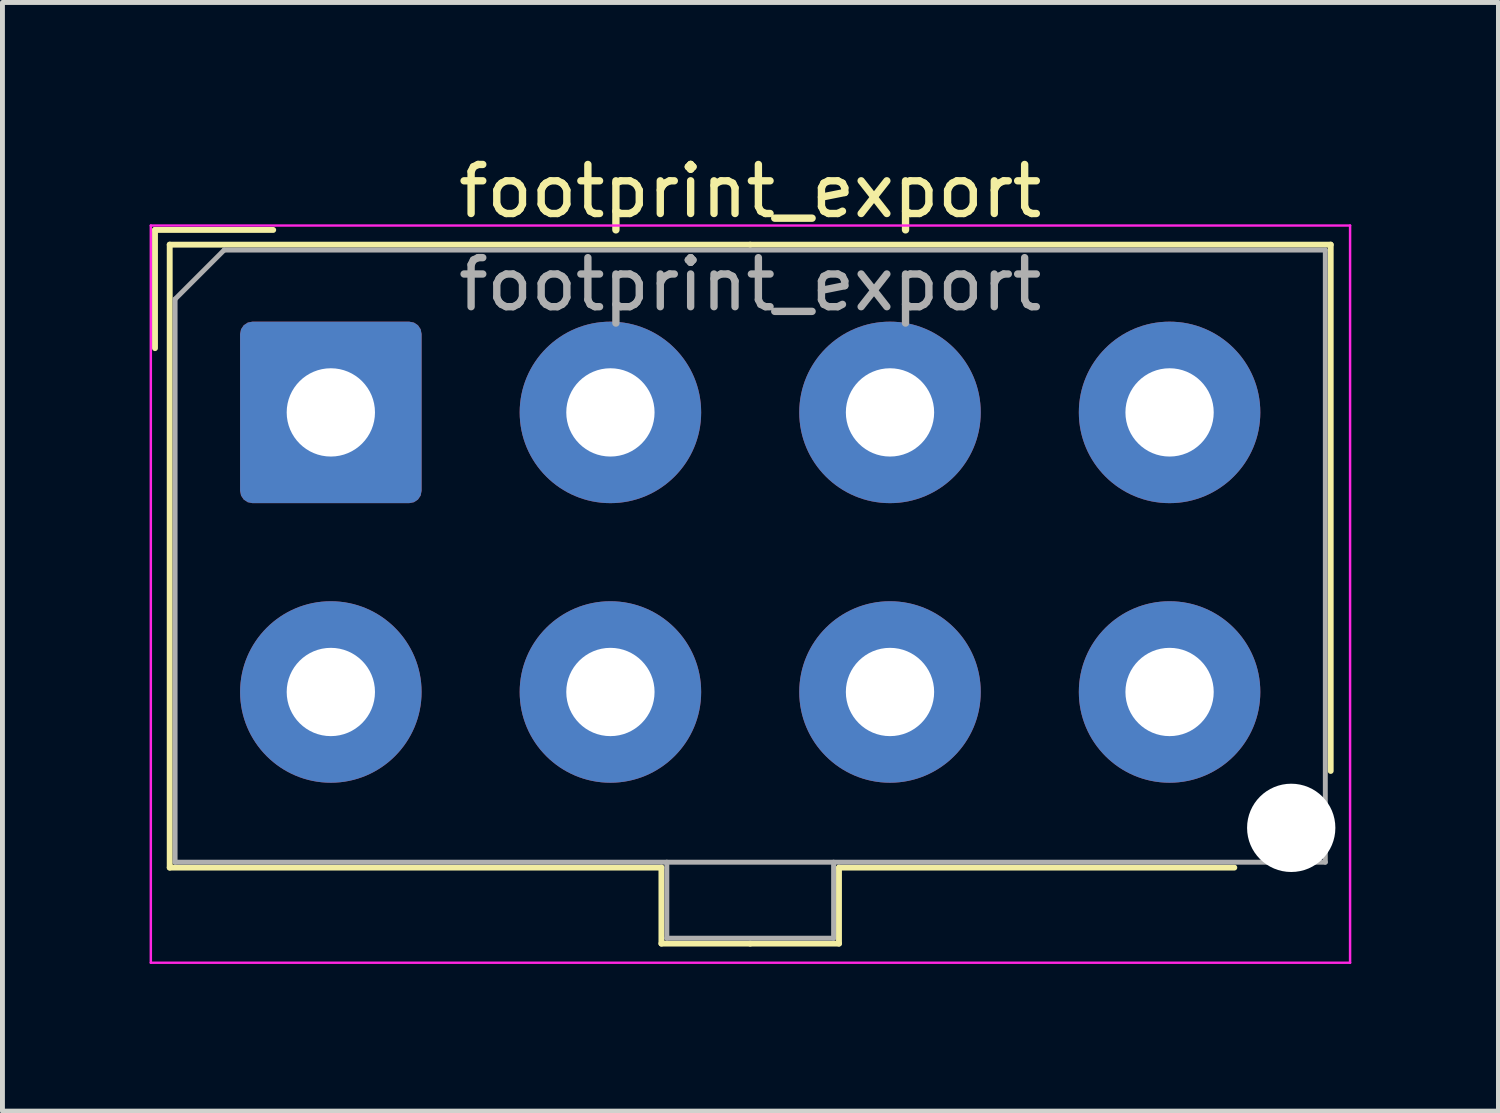
<source format=kicad_pcb>
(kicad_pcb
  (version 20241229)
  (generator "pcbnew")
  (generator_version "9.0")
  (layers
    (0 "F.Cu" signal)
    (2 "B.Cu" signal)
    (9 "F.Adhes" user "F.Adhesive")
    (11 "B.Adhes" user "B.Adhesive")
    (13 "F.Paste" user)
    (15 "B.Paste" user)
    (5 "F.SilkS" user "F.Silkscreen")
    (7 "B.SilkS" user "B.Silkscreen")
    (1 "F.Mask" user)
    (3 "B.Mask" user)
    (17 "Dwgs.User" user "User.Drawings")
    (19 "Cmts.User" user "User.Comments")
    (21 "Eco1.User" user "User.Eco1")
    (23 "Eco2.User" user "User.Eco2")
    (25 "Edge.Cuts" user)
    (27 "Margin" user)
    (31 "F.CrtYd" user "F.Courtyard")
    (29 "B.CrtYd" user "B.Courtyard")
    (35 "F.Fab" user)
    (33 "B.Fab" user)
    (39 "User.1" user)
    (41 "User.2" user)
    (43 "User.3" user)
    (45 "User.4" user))
  (footprint "footprint_export"
    (layer "F.Cu")
    (at 3.695 5.358)
    (property "Reference" "footprint_export" (at 8.55 -4.51 0) (layer "F.SilkS") (effects (font (size 1 1) (thickness 0.15))))
    (attr through_hole)
    (fp_line (start -3.585 -3.72) (end -1.175 -3.72) (stroke (width 0.12) (type solid)) (layer "F.SilkS"))
    (fp_line (start -3.585 -1.31) (end -3.585 -3.72) (stroke (width 0.12) (type solid)) (layer "F.SilkS"))
    (fp_line (start -3.285 -3.42) (end -3.285 9.28) (stroke (width 0.12) (type solid)) (layer "F.SilkS"))
    (fp_line (start -3.285 9.28) (end 6.74 9.28) (stroke (width 0.12) (type solid)) (layer "F.SilkS"))
    (fp_line (start 6.74 9.28) (end 6.74 10.83) (stroke (width 0.12) (type solid)) (layer "F.SilkS"))
    (fp_line (start 6.74 10.83) (end 8.55 10.83) (stroke (width 0.12) (type solid)) (layer "F.SilkS"))
    (fp_line (start 8.55 -3.42) (end -3.285 -3.42) (stroke (width 0.12) (type solid)) (layer "F.SilkS"))
    (fp_line (start 8.55 -3.42) (end 20.385 -3.42) (stroke (width 0.12) (type solid)) (layer "F.SilkS"))
    (fp_line (start 10.36 9.28) (end 10.36 10.83) (stroke (width 0.12) (type solid)) (layer "F.SilkS"))
    (fp_line (start 10.36 10.83) (end 8.55 10.83) (stroke (width 0.12) (type solid)) (layer "F.SilkS"))
    (fp_line (start 18.42 9.28) (end 10.36 9.28) (stroke (width 0.12) (type solid)) (layer "F.SilkS"))
    (fp_line (start 20.385 -3.42) (end 20.385 7.31) (stroke (width 0.12) (type solid)) (layer "F.SilkS"))
    (fp_line (start -3.67 -3.81) (end -3.67 11.22) (stroke (width 0.05) (type solid)) (layer "F.CrtYd"))
    (fp_line (start -3.67 11.22) (end 20.78 11.22) (stroke (width 0.05) (type solid)) (layer "F.CrtYd"))
    (fp_line (start 20.78 -3.81) (end -3.67 -3.81) (stroke (width 0.05) (type solid)) (layer "F.CrtYd"))
    (fp_line (start 20.78 11.22) (end 20.78 -3.81) (stroke (width 0.05) (type solid)) (layer "F.CrtYd"))
    (fp_line (start -3.175 -2.31) (end -3.175 9.17) (stroke (width 0.1) (type solid)) (layer "F.Fab"))
    (fp_line (start -3.175 9.17) (end 20.275 9.17) (stroke (width 0.1) (type solid)) (layer "F.Fab"))
    (fp_line (start -2.175 -3.31) (end -3.175 -2.31) (stroke (width 0.1) (type solid)) (layer "F.Fab"))
    (fp_line (start 6.85 9.17) (end 6.85 10.72) (stroke (width 0.1) (type solid)) (layer "F.Fab"))
    (fp_line (start 6.85 10.72) (end 10.25 10.72) (stroke (width 0.1) (type solid)) (layer "F.Fab"))
    (fp_line (start 10.25 10.72) (end 10.25 9.17) (stroke (width 0.1) (type solid)) (layer "F.Fab"))
    (fp_line (start 20.275 -3.31) (end -2.175 -3.31) (stroke (width 0.1) (type solid)) (layer "F.Fab"))
    (fp_line (start 20.275 9.17) (end 20.275 -3.31) (stroke (width 0.1) (type solid)) (layer "F.Fab"))
    (fp_text user "${REFERENCE}" (at 8.55 -2.61 0) (layer "F.Fab") (effects (font (size 1 1) (thickness 0.15))))
    (pad "" np_thru_hole circle (at 19.58 8.47) (size 1.8 1.8) (drill 1.8) (layers "*.Cu" "*.Mask"))
    (pad "1" thru_hole roundrect (at 0 0) (size 3.7 3.7) (drill 1.8) (layers "*.Cu" "*.Mask") (roundrect_rratio 0.068))
    (pad "2" thru_hole circle (at 5.7 0) (size 3.7 3.7) (drill 1.8) (layers "*.Cu" "*.Mask"))
    (pad "3" thru_hole circle (at 11.4 0) (size 3.7 3.7) (drill 1.8) (layers "*.Cu" "*.Mask"))
    (pad "4" thru_hole circle (at 17.1 0) (size 3.7 3.7) (drill 1.8) (layers "*.Cu" "*.Mask"))
    (pad "5" thru_hole circle (at 0 5.7) (size 3.7 3.7) (drill 1.8) (layers "*.Cu" "*.Mask"))
    (pad "6" thru_hole circle (at 5.7 5.7) (size 3.7 3.7) (drill 1.8) (layers "*.Cu" "*.Mask"))
    (pad "7" thru_hole circle (at 11.4 5.7) (size 3.7 3.7) (drill 1.8) (layers "*.Cu" "*.Mask"))
    (pad "8" thru_hole circle (at 17.1 5.7) (size 3.7 3.7) (drill 1.8) (layers "*.Cu" "*.Mask")))
  (gr_rect
    (start -3 -3)
    (end 27.5 19.603)
    (stroke (width 0.1) (type default))
    (fill no)
    (layer "Edge.Cuts")))
</source>
